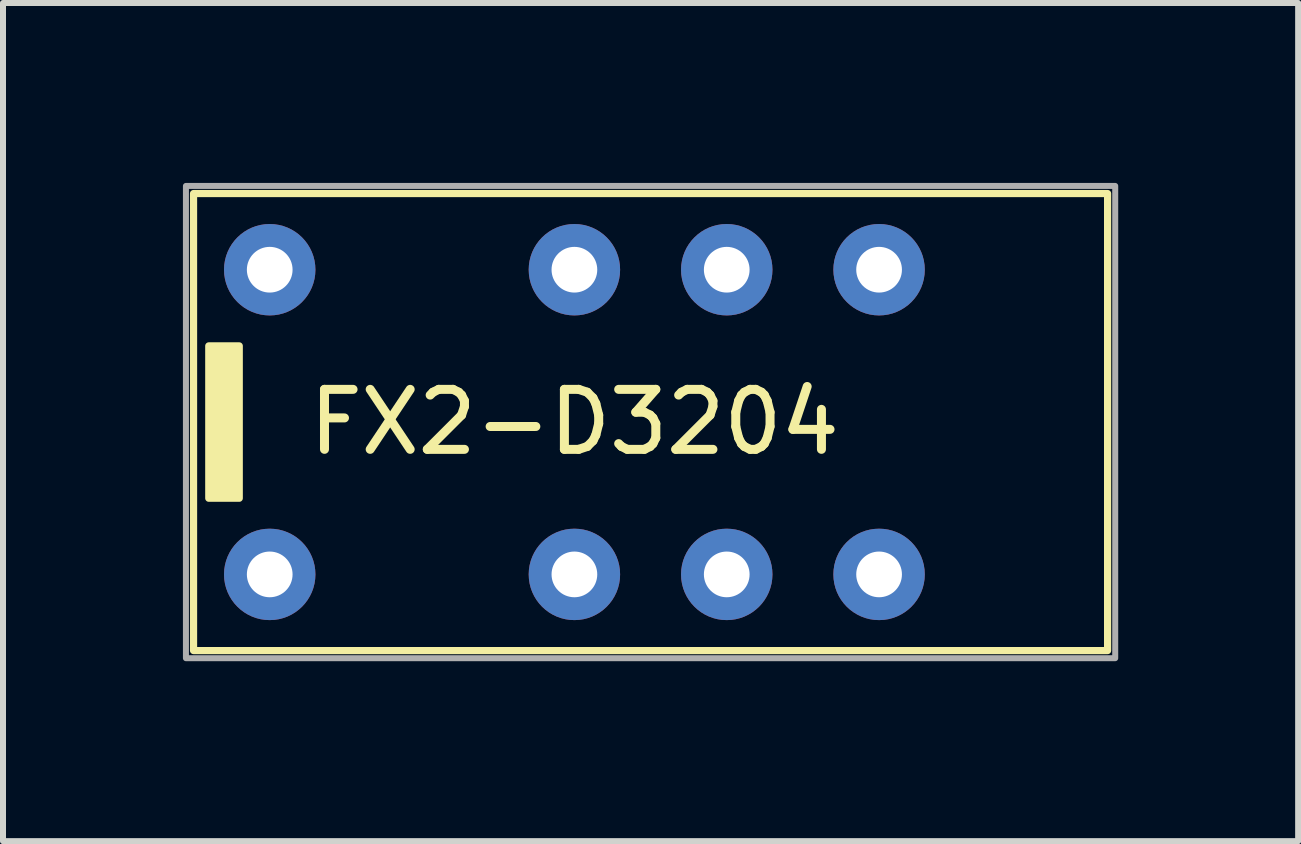
<source format=kicad_pcb>
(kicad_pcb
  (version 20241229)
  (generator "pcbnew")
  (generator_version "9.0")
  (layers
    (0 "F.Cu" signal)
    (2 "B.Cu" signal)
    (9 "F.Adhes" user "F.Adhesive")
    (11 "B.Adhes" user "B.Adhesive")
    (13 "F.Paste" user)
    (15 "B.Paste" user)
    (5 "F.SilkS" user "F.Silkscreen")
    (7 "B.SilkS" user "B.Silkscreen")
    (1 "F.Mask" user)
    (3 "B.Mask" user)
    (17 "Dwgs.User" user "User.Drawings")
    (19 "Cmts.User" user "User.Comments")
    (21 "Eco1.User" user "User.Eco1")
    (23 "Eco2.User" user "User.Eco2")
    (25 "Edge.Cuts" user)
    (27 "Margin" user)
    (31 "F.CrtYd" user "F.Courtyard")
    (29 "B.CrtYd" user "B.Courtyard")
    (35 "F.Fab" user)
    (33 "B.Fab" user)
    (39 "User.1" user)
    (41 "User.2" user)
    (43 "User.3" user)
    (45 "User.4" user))
  (footprint "FX2-D3204"
    (layer "F.Cu")
    (at 6.527 3.987)
    (property "Reference" "FX2-D3204" (at 0 0 0) (unlocked yes) (layer "F.SilkS") (effects (font (size 1 1) (thickness 0.15))))
    (attr through_hole)
    (fp_rect (start -6.35 -3.81) (end 8.89 3.81) (stroke (width 0.12) (type solid)) (fill no) (layer "F.SilkS"))
    (fp_rect (start -6.096 -1.27) (end -5.588 1.27) (stroke (width 0.12) (type solid)) (fill yes) (layer "F.SilkS"))
    (fp_rect (start -6.477 -3.937) (end 9.017 3.937) (stroke (width 0.1) (type solid)) (fill no) (layer "F.Fab"))
    (pad "1" thru_hole circle (at -5.08 2.54) (size 1.524 1.524) (drill 0.762) (layers "*.Cu" "*.Mask"))
    (pad "3" thru_hole circle (at 0 2.54) (size 1.524 1.524) (drill 0.762) (layers "*.Cu" "*.Mask"))
    (pad "4" thru_hole circle (at 2.54 2.54) (size 1.524 1.524) (drill 0.762) (layers "*.Cu" "*.Mask"))
    (pad "5" thru_hole circle (at 5.08 2.54) (size 1.524 1.524) (drill 0.762) (layers "*.Cu" "*.Mask"))
    (pad "6" thru_hole circle (at 5.08 -2.54) (size 1.524 1.524) (drill 0.762) (layers "*.Cu" "*.Mask"))
    (pad "7" thru_hole circle (at 2.54 -2.54) (size 1.524 1.524) (drill 0.762) (layers "*.Cu" "*.Mask"))
    (pad "8" thru_hole circle (at 0 -2.54) (size 1.524 1.524) (drill 0.762) (layers "*.Cu" "*.Mask"))
    (pad "10" thru_hole circle (at -5.08 -2.54) (size 1.524 1.524) (drill 0.762) (layers "*.Cu" "*.Mask")))
  (gr_rect
    (start -3 -3)
    (end 18.594 10.974)
    (stroke (width 0.1) (type default))
    (fill no)
    (layer "Edge.Cuts")))
</source>
